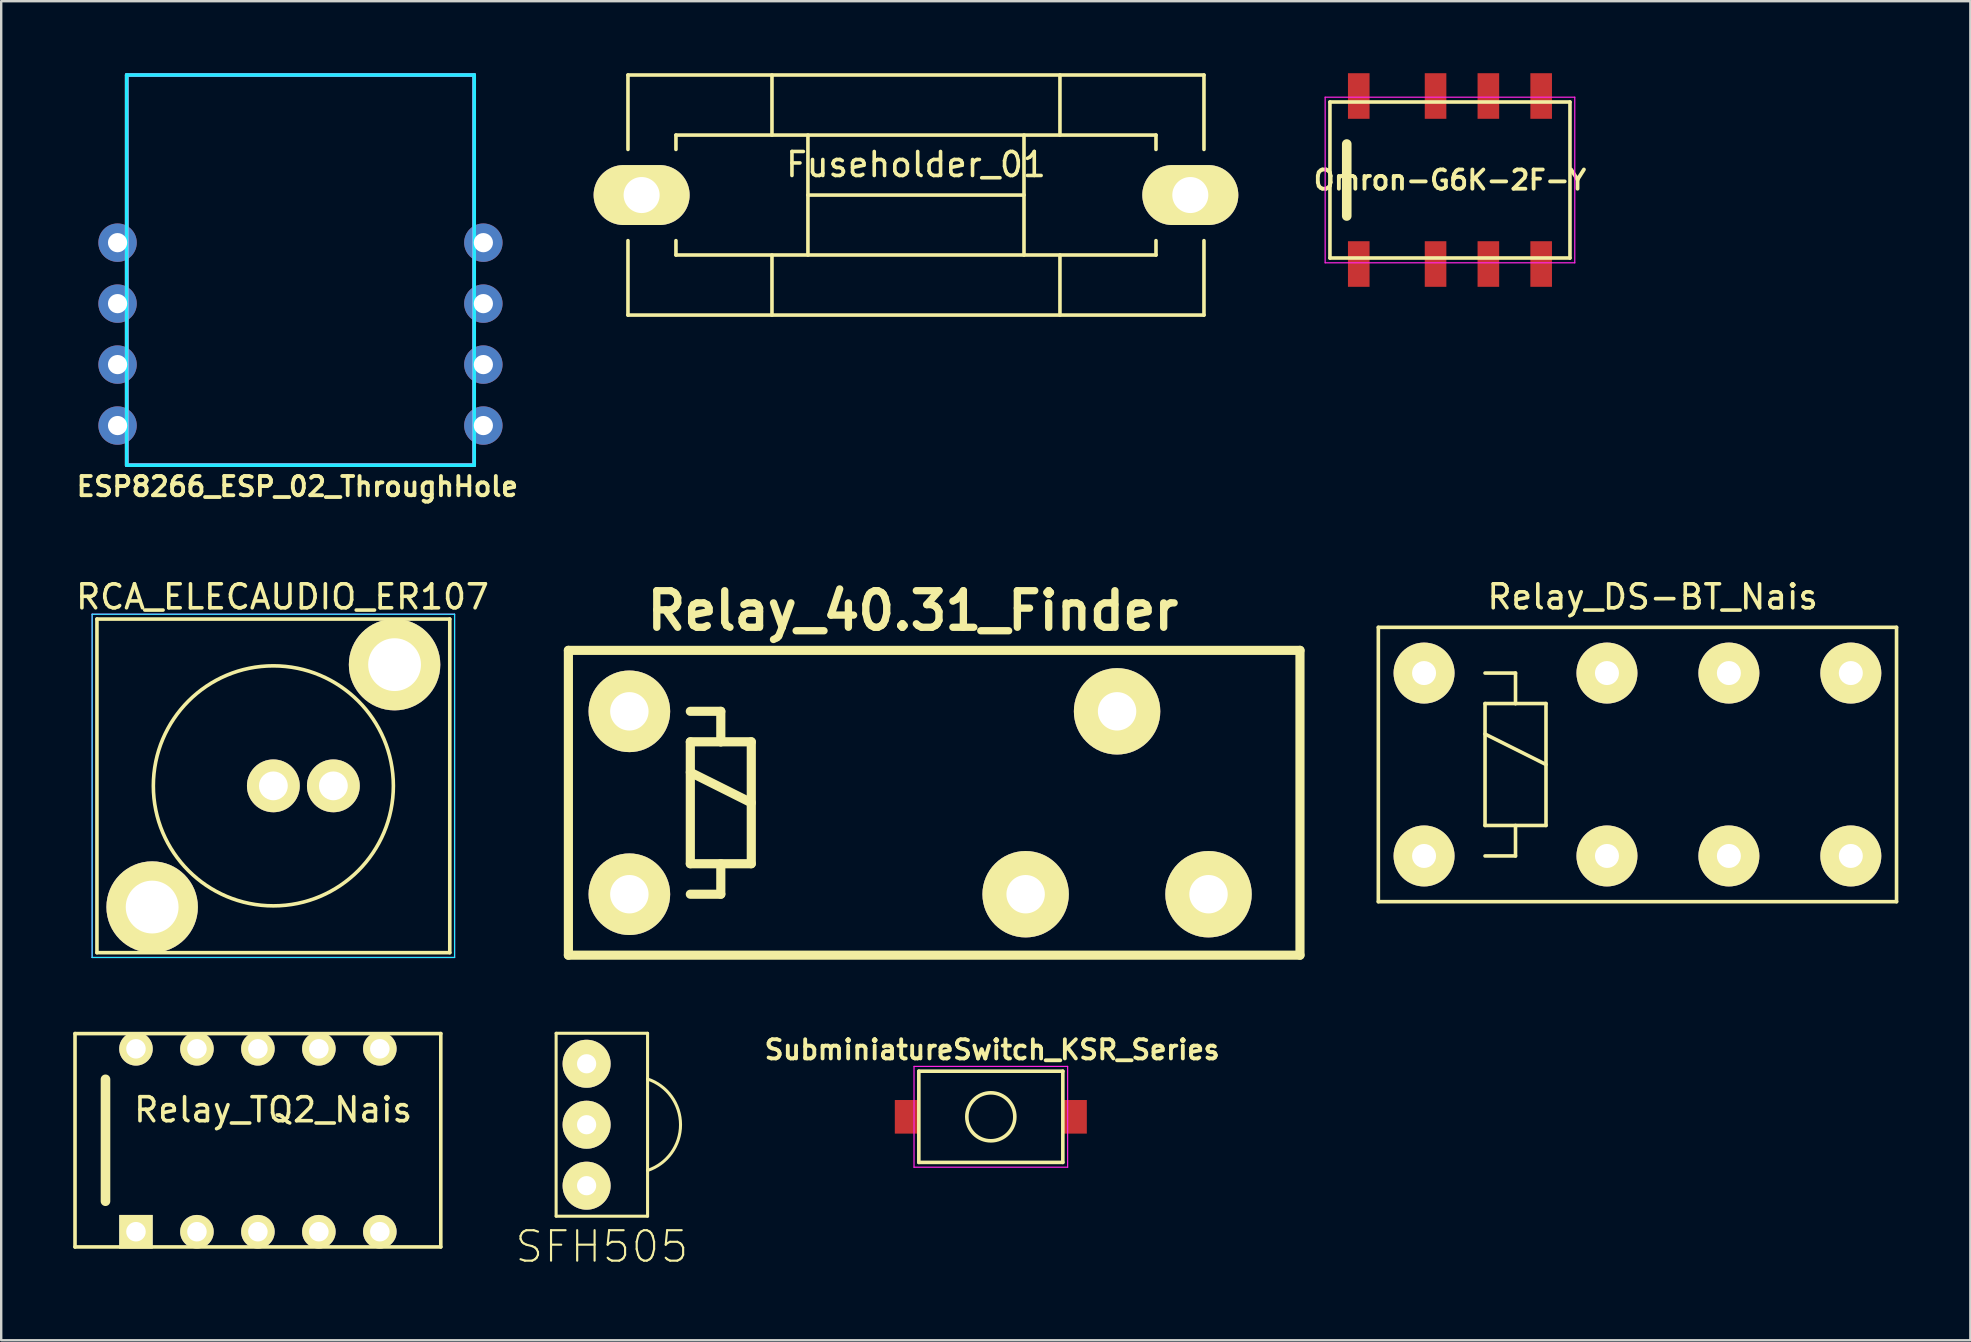
<source format=kicad_pcb>
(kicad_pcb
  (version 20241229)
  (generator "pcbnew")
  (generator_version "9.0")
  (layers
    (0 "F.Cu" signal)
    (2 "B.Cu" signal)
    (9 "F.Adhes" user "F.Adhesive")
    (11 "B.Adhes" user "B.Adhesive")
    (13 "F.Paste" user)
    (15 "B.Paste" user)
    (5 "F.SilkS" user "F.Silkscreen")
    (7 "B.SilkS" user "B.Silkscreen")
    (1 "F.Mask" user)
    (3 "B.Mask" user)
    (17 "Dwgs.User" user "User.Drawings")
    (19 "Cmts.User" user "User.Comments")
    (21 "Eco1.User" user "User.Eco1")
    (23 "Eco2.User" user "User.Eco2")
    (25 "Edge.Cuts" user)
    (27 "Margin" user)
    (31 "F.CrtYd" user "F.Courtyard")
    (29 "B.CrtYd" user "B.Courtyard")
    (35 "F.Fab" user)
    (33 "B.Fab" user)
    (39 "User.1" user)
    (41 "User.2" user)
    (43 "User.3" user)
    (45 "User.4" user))
  (footprint "Relay_40.31_Finder"
    (layer "F.Cu")
    (at 23.171 34.206)
    (property "Reference" "Relay_40.31_Finder" (at 11.811 -11.811 0) (layer "F.SilkS") (effects (font (size 1.524 1.524) (thickness 0.305))))
    (attr through_hole)
    (fp_line (start -2.54 -10.16) (end 27.94 -10.16) (stroke (width 0.381) (type solid)) (layer "F.SilkS"))
    (fp_line (start -2.54 2.54) (end -2.54 -10.16) (stroke (width 0.381) (type solid)) (layer "F.SilkS"))
    (fp_line (start 2.54 -7.62) (end 3.81 -7.62) (stroke (width 0.381) (type solid)) (layer "F.SilkS"))
    (fp_line (start 2.54 -6.35) (end 3.81 -6.35) (stroke (width 0.381) (type solid)) (layer "F.SilkS"))
    (fp_line (start 2.54 -5.08) (end 5.08 -3.81) (stroke (width 0.381) (type solid)) (layer "F.SilkS"))
    (fp_line (start 2.54 -1.27) (end 2.54 -6.35) (stroke (width 0.381) (type solid)) (layer "F.SilkS"))
    (fp_line (start 3.81 -7.62) (end 3.81 -6.35) (stroke (width 0.381) (type solid)) (layer "F.SilkS"))
    (fp_line (start 3.81 -6.35) (end 5.08 -6.35) (stroke (width 0.381) (type solid)) (layer "F.SilkS"))
    (fp_line (start 3.81 -1.27) (end 3.81 0) (stroke (width 0.381) (type solid)) (layer "F.SilkS"))
    (fp_line (start 3.81 0) (end 2.54 0) (stroke (width 0.381) (type solid)) (layer "F.SilkS"))
    (fp_line (start 5.08 -6.35) (end 5.08 -1.27) (stroke (width 0.381) (type solid)) (layer "F.SilkS"))
    (fp_line (start 5.08 -1.27) (end 2.54 -1.27) (stroke (width 0.381) (type solid)) (layer "F.SilkS"))
    (fp_line (start 27.94 -10.16) (end 27.94 2.54) (stroke (width 0.381) (type solid)) (layer "F.SilkS"))
    (fp_line (start 27.94 2.54) (end -2.54 2.54) (stroke (width 0.381) (type solid)) (layer "F.SilkS"))
    (pad "11" thru_hole circle (at 20.32 -7.62) (size 3.6 3.6) (drill 1.6) (layers "*.Cu" "*.Mask" "F.SilkS"))
    (pad "12" thru_hole circle (at 16.51 0) (size 3.6 3.6) (drill 1.6) (layers "*.Cu" "*.Mask" "F.SilkS"))
    (pad "14" thru_hole circle (at 24.13 0) (size 3.6 3.6) (drill 1.6) (layers "*.Cu" "*.Mask" "F.SilkS"))
    (pad "A1" thru_hole circle (at 0 0) (size 3.4 3.4) (drill 1.6) (layers "*.Cu" "*.Mask" "F.SilkS"))
    (pad "A2" thru_hole circle (at 0 -7.62) (size 3.4 3.4) (drill 1.6) (layers "*.Cu" "*.Mask" "F.SilkS")))
  (footprint "Omron-G6K-2F-Y"
    (layer "F.Cu")
    (at 53.56 7.95)
    (property "Reference" "Omron-G6K-2F-Y" (at 3.8 -3.5 0) (layer "F.SilkS") (effects (font (size 0.8 0.8) (thickness 0.16))))
    (attr through_hole)
    (fp_line (start -1.2 -6.75) (end 8.8 -6.75) (stroke (width 0.15) (type solid)) (layer "F.SilkS"))
    (fp_line (start -1.2 -0.25) (end -1.2 -6.75) (stroke (width 0.15) (type solid)) (layer "F.SilkS"))
    (fp_line (start -0.5 -5) (end -0.5 -2) (stroke (width 0.4) (type solid)) (layer "F.SilkS"))
    (fp_line (start 8.8 -6.75) (end 8.8 -0.25) (stroke (width 0.15) (type solid)) (layer "F.SilkS"))
    (fp_line (start 8.8 -0.25) (end -1.2 -0.25) (stroke (width 0.15) (type solid)) (layer "F.SilkS"))
    (fp_line (start -1.4 -6.95) (end 9 -6.95) (stroke (width 0.05) (type solid)) (layer "F.CrtYd"))
    (fp_line (start -1.4 -0.05) (end -1.4 -6.95) (stroke (width 0.05) (type solid)) (layer "F.CrtYd"))
    (fp_line (start 9 -6.95) (end 9 -0.05) (stroke (width 0.05) (type solid)) (layer "F.CrtYd"))
    (fp_line (start 9 -0.05) (end -1.4 -0.05) (stroke (width 0.05) (type solid)) (layer "F.CrtYd"))
    (pad "1" smd rect (at 0 0 180) (size 0.9 1.9) (layers "F.Cu" "F.Mask" "F.Paste"))
    (pad "2" smd rect (at 3.2 0 180) (size 0.9 1.9) (layers "F.Cu" "F.Mask" "F.Paste"))
    (pad "3" smd rect (at 5.4 0 180) (size 0.9 1.9) (layers "F.Cu" "F.Mask" "F.Paste"))
    (pad "4" smd rect (at 7.6 0 180) (size 0.9 1.9) (layers "F.Cu" "F.Mask" "F.Paste"))
    (pad "5" smd rect (at 7.6 -7 180) (size 0.9 1.9) (layers "F.Cu" "F.Mask" "F.Paste"))
    (pad "6" smd rect (at 5.4 -7 180) (size 0.9 1.9) (layers "F.Cu" "F.Mask" "F.Paste"))
    (pad "7" smd rect (at 3.2 -7 180) (size 0.9 1.9) (layers "F.Cu" "F.Mask" "F.Paste"))
    (pad "8" smd rect (at 0 -7 180) (size 0.9 1.9) (layers "F.Cu" "F.Mask" "F.Paste")))
  (footprint "SFH505"
    (layer "F.Cu")
    (at 21.39 46.35)
    (property "Reference" "SFH505" (at 0.635 2.54 0) (layer "F.SilkS") (effects (font (size 1.27 1.27) (thickness 0.089))))
    (attr through_hole)
    (fp_line (start -1.27 -6.35) (end -1.27 1.27) (stroke (width 0.127) (type solid)) (layer "F.SilkS"))
    (fp_line (start -1.27 1.27) (end 2.54 1.27) (stroke (width 0.127) (type solid)) (layer "F.SilkS"))
    (fp_line (start 2.54 -6.35) (end -1.27 -6.35) (stroke (width 0.127) (type solid)) (layer "F.SilkS"))
    (fp_line (start 2.54 -4.445) (end 2.54 -6.35) (stroke (width 0.127) (type solid)) (layer "F.SilkS"))
    (fp_line (start 2.54 -0.635) (end 2.54 -4.445) (stroke (width 0.127) (type solid)) (layer "F.SilkS"))
    (fp_line (start 2.54 1.27) (end 2.54 -0.635) (stroke (width 0.127) (type solid)) (layer "F.SilkS"))
    (fp_arc (start 2.54 -4.445) (mid 3.913046 -2.540528) (end 2.541001 -0.635334) (stroke (width 0.127) (type solid)) (layer "F.SilkS"))
    (pad "1" thru_hole circle (at 0 0) (size 2 2) (drill 0.8) (layers "*.Cu" "F.Mask" "F.SilkS" "F.Paste"))
    (pad "2" thru_hole circle (at 0 -2.54) (size 2 2) (drill 0.8) (layers "*.Cu" "F.Mask" "F.SilkS" "F.Paste"))
    (pad "3" thru_hole circle (at 0 -5.08) (size 2 2) (drill 0.8) (layers "*.Cu" "F.Mask" "F.SilkS" "F.Paste")))
  (footprint "Relay_TQ2_Nais"
    (layer "F.Cu")
    (at 7.695 44.457)
    (property "Reference" "Relay_TQ2_Nais" (at 0.635 -1.27 0) (layer "F.SilkS") (effects (font (size 1 1) (thickness 0.15))))
    (attr through_hole)
    (fp_line (start -7.62 -4.445) (end -7.62 4.445) (stroke (width 0.15) (type solid)) (layer "F.SilkS"))
    (fp_line (start -7.62 4.445) (end 7.62 4.445) (stroke (width 0.15) (type solid)) (layer "F.SilkS"))
    (fp_line (start -6.35 -2.54) (end -6.35 2.54) (stroke (width 0.4) (type solid)) (layer "F.SilkS"))
    (fp_line (start 7.62 -4.445) (end -7.62 -4.445) (stroke (width 0.15) (type solid)) (layer "F.SilkS"))
    (fp_line (start 7.62 4.445) (end 7.62 -4.445) (stroke (width 0.15) (type solid)) (layer "F.SilkS"))
    (pad "1" thru_hole rect (at -5.08 3.81) (size 1.397 1.397) (drill 0.813) (layers "*.Cu" "*.Mask" "F.SilkS"))
    (pad "2" thru_hole circle (at -2.54 3.81) (size 1.397 1.397) (drill 0.813) (layers "*.Cu" "*.Mask" "F.SilkS"))
    (pad "3" thru_hole circle (at 0 3.81) (size 1.397 1.397) (drill 0.813) (layers "*.Cu" "*.Mask" "F.SilkS"))
    (pad "4" thru_hole circle (at 2.54 3.81) (size 1.397 1.397) (drill 0.813) (layers "*.Cu" "*.Mask" "F.SilkS"))
    (pad "5" thru_hole circle (at 5.08 3.81) (size 1.397 1.397) (drill 0.813) (layers "*.Cu" "*.Mask" "F.SilkS"))
    (pad "6" thru_hole circle (at 5.08 -3.81) (size 1.397 1.397) (drill 0.813) (layers "*.Cu" "*.Mask" "F.SilkS"))
    (pad "7" thru_hole circle (at 2.54 -3.81) (size 1.397 1.397) (drill 0.813) (layers "*.Cu" "*.Mask" "F.SilkS"))
    (pad "8" thru_hole circle (at 0 -3.81) (size 1.397 1.397) (drill 0.813) (layers "*.Cu" "*.Mask" "F.SilkS"))
    (pad "9" thru_hole circle (at -2.54 -3.81) (size 1.397 1.397) (drill 0.813) (layers "*.Cu" "*.Mask" "F.SilkS"))
    (pad "10" thru_hole circle (at -5.08 -3.81) (size 1.397 1.397) (drill 0.813) (layers "*.Cu" "*.Mask" "F.SilkS")))
  (footprint "Relay_DS-BT_Nais"
    (layer "F.Cu")
    (at 56.281 32.612)
    (property "Reference" "Relay_DS-BT_Nais" (at 9.525 -10.795 0) (layer "F.SilkS") (effects (font (size 1 1) (thickness 0.15))))
    (attr through_hole)
    (fp_line (start -1.905 -9.525) (end 19.685 -9.525) (stroke (width 0.15) (type solid)) (layer "F.SilkS"))
    (fp_line (start -1.905 1.905) (end -1.905 -9.525) (stroke (width 0.15) (type solid)) (layer "F.SilkS"))
    (fp_line (start 2.54 -7.62) (end 3.81 -7.62) (stroke (width 0.15) (type solid)) (layer "F.SilkS"))
    (fp_line (start 2.54 -6.35) (end 3.81 -6.35) (stroke (width 0.15) (type solid)) (layer "F.SilkS"))
    (fp_line (start 2.54 -5.08) (end 5.08 -3.81) (stroke (width 0.15) (type solid)) (layer "F.SilkS"))
    (fp_line (start 2.54 -1.27) (end 2.54 -6.35) (stroke (width 0.15) (type solid)) (layer "F.SilkS"))
    (fp_line (start 3.81 -7.62) (end 3.81 -6.35) (stroke (width 0.15) (type solid)) (layer "F.SilkS"))
    (fp_line (start 3.81 -6.35) (end 5.08 -6.35) (stroke (width 0.15) (type solid)) (layer "F.SilkS"))
    (fp_line (start 3.81 -1.27) (end 3.81 0) (stroke (width 0.15) (type solid)) (layer "F.SilkS"))
    (fp_line (start 3.81 0) (end 2.54 0) (stroke (width 0.15) (type solid)) (layer "F.SilkS"))
    (fp_line (start 5.08 -6.35) (end 5.08 -1.27) (stroke (width 0.15) (type solid)) (layer "F.SilkS"))
    (fp_line (start 5.08 -1.27) (end 2.54 -1.27) (stroke (width 0.15) (type solid)) (layer "F.SilkS"))
    (fp_line (start 19.685 -9.525) (end 19.685 1.905) (stroke (width 0.15) (type solid)) (layer "F.SilkS"))
    (fp_line (start 19.685 1.905) (end -1.905 1.905) (stroke (width 0.15) (type solid)) (layer "F.SilkS"))
    (pad "1" thru_hole circle (at 0 0) (size 2.54 2.54) (drill 1) (layers "*.Cu" "*.Mask" "F.SilkS"))
    (pad "4" thru_hole circle (at 7.62 0) (size 2.54 2.54) (drill 1) (layers "*.Cu" "*.Mask" "F.SilkS"))
    (pad "6" thru_hole circle (at 12.7 0) (size 2.54 2.54) (drill 1) (layers "*.Cu" "*.Mask" "F.SilkS"))
    (pad "8" thru_hole circle (at 17.78 0) (size 2.54 2.54) (drill 1) (layers "*.Cu" "*.Mask" "F.SilkS"))
    (pad "9" thru_hole circle (at 17.78 -7.62) (size 2.54 2.54) (drill 1) (layers "*.Cu" "*.Mask" "F.SilkS"))
    (pad "11" thru_hole circle (at 12.7 -7.62) (size 2.54 2.54) (drill 1) (layers "*.Cu" "*.Mask" "F.SilkS"))
    (pad "13" thru_hole circle (at 7.62 -7.62) (size 2.54 2.54) (drill 1) (layers "*.Cu" "*.Mask" "F.SilkS"))
    (pad "16" thru_hole circle (at 0 -7.62) (size 2.54 2.54) (drill 1) (layers "*.Cu" "*.Mask" "F.SilkS")))
  (footprint "RCA_ELECAUDIO_ER107"
    (layer "F.Cu")
    (at 8.339 29.691)
    (property "Reference" "RCA_ELECAUDIO_ER107" (at 0.381 -7.874 0) (layer "F.SilkS") (effects (font (size 1 1) (thickness 0.15))))
    (attr through_hole)
    (fp_line (start -7.35 -6.95) (end -7.35 6.95) (stroke (width 0.15) (type solid)) (layer "F.SilkS"))
    (fp_line (start -7.35 -6.95) (end 7.35 -6.95) (stroke (width 0.15) (type solid)) (layer "F.SilkS"))
    (fp_line (start -7.35 6.95) (end 7.35 6.95) (stroke (width 0.15) (type solid)) (layer "F.SilkS"))
    (fp_line (start 7.35 -6.95) (end 7.35 6.95) (stroke (width 0.15) (type solid)) (layer "F.SilkS"))
    (fp_circle (center 0 0) (end 5 0) (stroke (width 0.15) (type solid)) (fill no) (layer "F.SilkS"))
    (fp_line (start -7.55 -7.15) (end -7.55 7.15) (stroke (width 0.05) (type solid)) (layer "B.CrtYd"))
    (fp_line (start -7.55 -7.15) (end 7.55 -7.15) (stroke (width 0.05) (type solid)) (layer "B.CrtYd"))
    (fp_line (start -7.55 7.15) (end 7.55 7.15) (stroke (width 0.05) (type solid)) (layer "B.CrtYd"))
    (fp_line (start 7.55 -7.15) (end 7.55 7.15) (stroke (width 0.05) (type solid)) (layer "B.CrtYd"))
    (fp_line (start -7.55 -7.15) (end -7.55 7.15) (stroke (width 0.05) (type solid)) (layer "F.CrtYd"))
    (fp_line (start -7.55 -7.15) (end 7.55 -7.15) (stroke (width 0.05) (type solid)) (layer "F.CrtYd"))
    (fp_line (start -7.55 7.15) (end 7.55 7.15) (stroke (width 0.05) (type solid)) (layer "F.CrtYd"))
    (fp_line (start 7.55 -7.15) (end 7.55 7.15) (stroke (width 0.05) (type solid)) (layer "F.CrtYd"))
    (pad "1" thru_hole circle (at 0 0) (size 2.2 2.2) (drill 1.2) (layers "*.Cu" "*.Mask" "F.SilkS"))
    (pad "2" thru_hole circle (at 2.5 0) (size 2.2 2.2) (drill 1.2) (layers "*.Cu" "*.Mask" "F.SilkS"))
    (pad "3" thru_hole circle (at 5.05 -5.05) (size 3.81 3.81) (drill 2.2) (layers "*.Cu" "*.Mask" "F.SilkS"))
    (pad "4" thru_hole circle (at -5.05 5.05) (size 3.81 3.81) (drill 2.2) (layers "*.Cu" "*.Mask" "F.SilkS")))
  (footprint "Fuseholder_01"
    (layer "F.Cu")
    (at 35.112 5.076)
    (property "Reference" "Fuseholder_01" (at 0 -1.27 0) (layer "F.SilkS") (effects (font (size 1 1) (thickness 0.15))))
    (attr through_hole)
    (fp_line (start -11.999 -5.001) (end -11.999 -1.9) (stroke (width 0.15) (type solid)) (layer "F.SilkS"))
    (fp_line (start -11.999 1.9) (end -11.999 5.001) (stroke (width 0.15) (type solid)) (layer "F.SilkS"))
    (fp_line (start -11.999 5.001) (end 11.999 5.001) (stroke (width 0.15) (type solid)) (layer "F.SilkS"))
    (fp_line (start -10 -2.499) (end -10 -1.9) (stroke (width 0.15) (type solid)) (layer "F.SilkS"))
    (fp_line (start -10 1.9) (end -10 2.499) (stroke (width 0.15) (type solid)) (layer "F.SilkS"))
    (fp_line (start -10 2.499) (end 10 2.499) (stroke (width 0.15) (type solid)) (layer "F.SilkS"))
    (fp_line (start -5.999 -2.499) (end -5.999 -5.001) (stroke (width 0.15) (type solid)) (layer "F.SilkS"))
    (fp_line (start -5.999 5.001) (end -5.999 2.499) (stroke (width 0.15) (type solid)) (layer "F.SilkS"))
    (fp_line (start -4.501 -2.499) (end -4.501 2.499) (stroke (width 0.15) (type solid)) (layer "F.SilkS"))
    (fp_line (start -4.501 0) (end 4.501 0) (stroke (width 0.15) (type solid)) (layer "F.SilkS"))
    (fp_line (start 4.501 -2.499) (end 4.501 2.499) (stroke (width 0.15) (type solid)) (layer "F.SilkS"))
    (fp_line (start 5.999 -5.001) (end 5.999 -2.499) (stroke (width 0.15) (type solid)) (layer "F.SilkS"))
    (fp_line (start 5.999 5.001) (end 5.999 2.499) (stroke (width 0.15) (type solid)) (layer "F.SilkS"))
    (fp_line (start 10 -2.499) (end -10 -2.499) (stroke (width 0.15) (type solid)) (layer "F.SilkS"))
    (fp_line (start 10 -1.9) (end 10 -2.499) (stroke (width 0.15) (type solid)) (layer "F.SilkS"))
    (fp_line (start 10 2.499) (end 10 1.9) (stroke (width 0.15) (type solid)) (layer "F.SilkS"))
    (fp_line (start 11.999 -5.001) (end -11.999 -5.001) (stroke (width 0.15) (type solid)) (layer "F.SilkS"))
    (fp_line (start 11.999 -1.9) (end 11.999 -5.001) (stroke (width 0.15) (type solid)) (layer "F.SilkS"))
    (fp_line (start 11.999 5.001) (end 11.999 1.9) (stroke (width 0.15) (type solid)) (layer "F.SilkS"))
    (pad "1" thru_hole oval (at -11.43 0 270) (size 2.499 4) (drill 1.501) (layers "*.Cu" "*.Mask" "F.SilkS"))
    (pad "2" thru_hole oval (at 11.43 0 270) (size 2.499 4) (drill 1.501) (layers "*.Cu" "*.Mask" "F.SilkS")))
  (footprint "SubminiatureSwitch_KSR_Series"
    (layer "F.Cu")
    (at 34.731 43.48)
    (property "Reference" "SubminiatureSwitch_KSR_Series" (at 3.556 -2.794 0) (layer "F.SilkS") (effects (font (size 0.8 0.8) (thickness 0.16))))
    (attr through_hole)
    (fp_line (start 0.5 -1.9) (end 6.5 -1.9) (stroke (width 0.15) (type solid)) (layer "F.SilkS"))
    (fp_line (start 0.5 1.9) (end 0.5 -1.9) (stroke (width 0.15) (type solid)) (layer "F.SilkS"))
    (fp_line (start 6.5 -1.9) (end 6.5 1.9) (stroke (width 0.15) (type solid)) (layer "F.SilkS"))
    (fp_line (start 6.5 1.9) (end 0.5 1.9) (stroke (width 0.15) (type solid)) (layer "F.SilkS"))
    (fp_circle (center 3.5 0) (end 2.5 0) (stroke (width 0.15) (type solid)) (fill no) (layer "F.SilkS"))
    (fp_line (start 0.3 -2.1) (end 6.7 -2.1) (stroke (width 0.05) (type solid)) (layer "F.CrtYd"))
    (fp_line (start 0.3 2.1) (end 0.3 -2.1) (stroke (width 0.05) (type solid)) (layer "F.CrtYd"))
    (fp_line (start 6.7 -2.1) (end 6.7 2.1) (stroke (width 0.05) (type solid)) (layer "F.CrtYd"))
    (fp_line (start 6.7 2.1) (end 0.3 2.1) (stroke (width 0.05) (type solid)) (layer "F.CrtYd"))
    (pad "1" smd rect (at 0 0 180) (size 1 1.4) (layers "F.Cu" "F.Mask" "F.Paste"))
    (pad "2" smd rect (at 7 0 180) (size 1 1.4) (layers "F.Cu" "F.Mask" "F.Paste")))
  (footprint "ESP8266_ESP_02_ThroughHole"
    (layer "F.Cu")
    (at 2.229 14.68)
    (property "Reference" "ESP8266_ESP_02_ThroughHole" (at 7.112 2.54 180) (layer "F.SilkS") (effects (font (size 0.8 0.8) (thickness 0.16))))
    (attr through_hole)
    (fp_line (start 0 -14.605) (end 14.478 -14.605) (stroke (width 0.15) (type solid)) (layer "F.SilkS"))
    (fp_line (start 0 1.651) (end 0 -14.605) (stroke (width 0.15) (type solid)) (layer "F.SilkS"))
    (fp_line (start 14.478 -14.605) (end 14.478 1.651) (stroke (width 0.15) (type solid)) (layer "F.SilkS"))
    (fp_line (start 14.478 1.651) (end 0 1.651) (stroke (width 0.15) (type solid)) (layer "F.SilkS"))
    (fp_line (start 0 -14.605) (end 14.478 -14.605) (stroke (width 0.15) (type solid)) (layer "B.CrtYd"))
    (fp_line (start 0 1.651) (end 0 -14.605) (stroke (width 0.15) (type solid)) (layer "B.CrtYd"))
    (fp_line (start 14.478 -14.605) (end 14.478 1.651) (stroke (width 0.15) (type solid)) (layer "B.CrtYd"))
    (fp_line (start 14.478 1.651) (end 0 1.651) (stroke (width 0.15) (type solid)) (layer "B.CrtYd"))
    (fp_line (start 0 -14.605) (end 14.478 -14.605) (stroke (width 0.15) (type solid)) (layer "F.CrtYd"))
    (fp_line (start 0 1.651) (end 0 -14.605) (stroke (width 0.15) (type solid)) (layer "F.CrtYd"))
    (fp_line (start 14.478 -14.605) (end 14.478 1.651) (stroke (width 0.15) (type solid)) (layer "F.CrtYd"))
    (fp_line (start 14.478 1.651) (end 0 1.651) (stroke (width 0.15) (type solid)) (layer "F.CrtYd"))
    (pad "1" thru_hole circle (at -0.381 -7.62) (size 1.6 1.6) (drill 0.8) (layers "*.Cu" "*.Mask"))
    (pad "2" thru_hole circle (at -0.381 -5.08) (size 1.6 1.6) (drill 0.8) (layers "*.Cu" "*.Mask"))
    (pad "3" thru_hole circle (at -0.381 -2.54) (size 1.6 1.6) (drill 0.8) (layers "*.Cu" "*.Mask"))
    (pad "4" thru_hole circle (at -0.381 0) (size 1.6 1.6) (drill 0.8) (layers "*.Cu" "*.Mask"))
    (pad "5" thru_hole circle (at 14.859 0) (size 1.6 1.6) (drill 0.8) (layers "*.Cu" "*.Mask"))
    (pad "6" thru_hole circle (at 14.859 -2.54) (size 1.6 1.6) (drill 0.8) (layers "*.Cu" "*.Mask"))
    (pad "7" thru_hole circle (at 14.859 -5.08) (size 1.6 1.6) (drill 0.8) (layers "*.Cu" "*.Mask"))
    (pad "8" thru_hole circle (at 14.859 -7.62) (size 1.6 1.6) (drill 0.8) (layers "*.Cu" "*.Mask")))
  (gr_rect
    (start -3 -3)
    (end 79.041 52.789)
    (stroke (width 0.1) (type default))
    (fill no)
    (layer "Edge.Cuts")))
</source>
